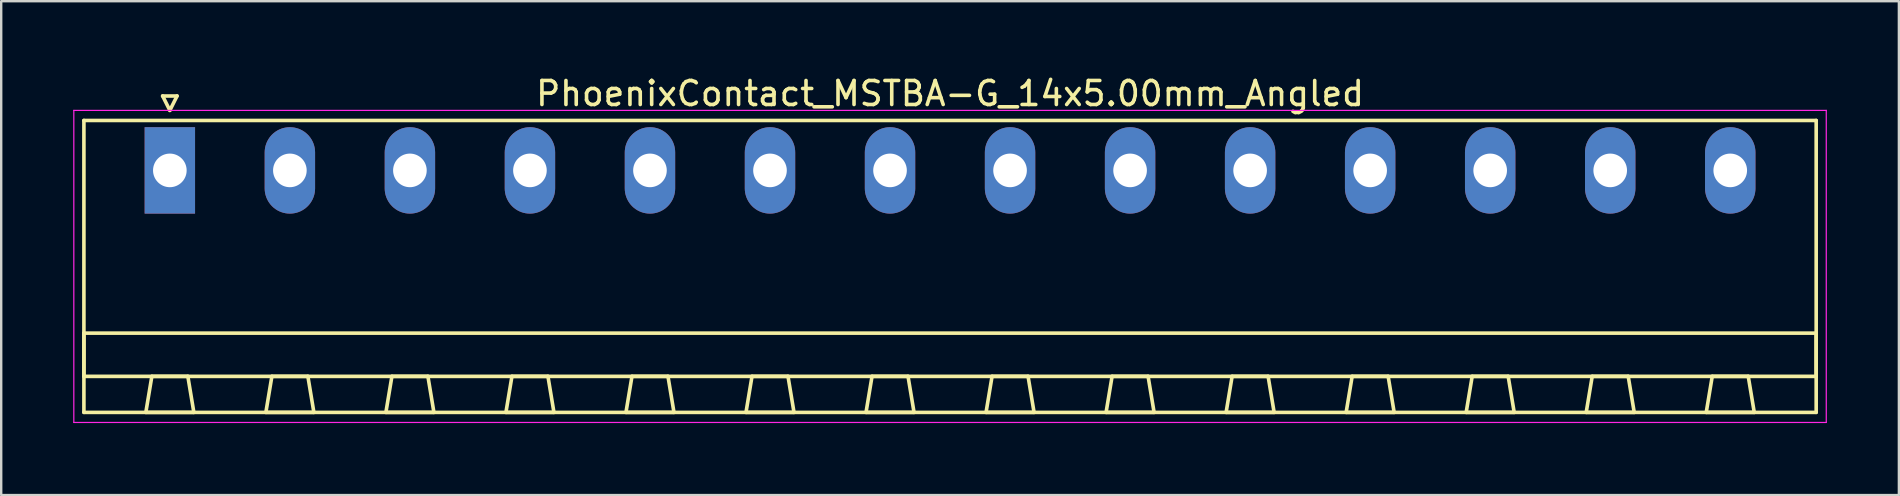
<source format=kicad_pcb>
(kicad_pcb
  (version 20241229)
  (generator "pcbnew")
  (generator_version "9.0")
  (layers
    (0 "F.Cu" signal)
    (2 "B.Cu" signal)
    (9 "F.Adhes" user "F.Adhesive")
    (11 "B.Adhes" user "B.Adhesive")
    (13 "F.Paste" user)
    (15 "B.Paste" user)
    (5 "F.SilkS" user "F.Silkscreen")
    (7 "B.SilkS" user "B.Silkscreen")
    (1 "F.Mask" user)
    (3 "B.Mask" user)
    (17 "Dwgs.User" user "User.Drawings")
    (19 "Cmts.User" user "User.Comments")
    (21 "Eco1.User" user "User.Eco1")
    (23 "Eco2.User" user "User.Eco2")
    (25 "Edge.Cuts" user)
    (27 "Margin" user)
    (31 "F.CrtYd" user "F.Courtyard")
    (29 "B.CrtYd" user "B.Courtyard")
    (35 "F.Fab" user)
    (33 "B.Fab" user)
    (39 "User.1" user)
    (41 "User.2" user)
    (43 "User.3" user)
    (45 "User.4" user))
  (footprint "PhoenixContact_MSTBA-G_14x5.00mm_Angled"
    (layer "F.Cu")
    (at 4.025 4.048)
    (property "Reference" "PhoenixContact_MSTBA-G_14x5.00mm_Angled" (at 32.5 -3.2 0) (layer "F.SilkS") (effects (font (size 1 1) (thickness 0.15))))
    (attr through_hole)
    (fp_line (start -3.58 -2.08) (end -3.58 10.08) (stroke (width 0.15) (type solid)) (layer "F.SilkS"))
    (fp_line (start -3.58 6.78) (end 68.58 6.78) (stroke (width 0.15) (type solid)) (layer "F.SilkS"))
    (fp_line (start -3.58 8.58) (end -3.58 6.78) (stroke (width 0.15) (type solid)) (layer "F.SilkS"))
    (fp_line (start -3.58 10.08) (end 68.58 10.08) (stroke (width 0.15) (type solid)) (layer "F.SilkS"))
    (fp_line (start -1 10.08) (end 1 10.08) (stroke (width 0.15) (type solid)) (layer "F.SilkS"))
    (fp_line (start -0.75 8.58) (end -1 10.08) (stroke (width 0.15) (type solid)) (layer "F.SilkS"))
    (fp_line (start -0.3 -3.1) (end 0 -2.5) (stroke (width 0.15) (type solid)) (layer "F.SilkS"))
    (fp_line (start 0 -2.5) (end 0.3 -3.1) (stroke (width 0.15) (type solid)) (layer "F.SilkS"))
    (fp_line (start 0.3 -3.1) (end -0.3 -3.1) (stroke (width 0.15) (type solid)) (layer "F.SilkS"))
    (fp_line (start 0.75 8.58) (end -0.75 8.58) (stroke (width 0.15) (type solid)) (layer "F.SilkS"))
    (fp_line (start 1 10.08) (end 0.75 8.58) (stroke (width 0.15) (type solid)) (layer "F.SilkS"))
    (fp_line (start 4 10.08) (end 6 10.08) (stroke (width 0.15) (type solid)) (layer "F.SilkS"))
    (fp_line (start 4.25 8.58) (end 4 10.08) (stroke (width 0.15) (type solid)) (layer "F.SilkS"))
    (fp_line (start 5.75 8.58) (end 4.25 8.58) (stroke (width 0.15) (type solid)) (layer "F.SilkS"))
    (fp_line (start 6 10.08) (end 5.75 8.58) (stroke (width 0.15) (type solid)) (layer "F.SilkS"))
    (fp_line (start 9 10.08) (end 11 10.08) (stroke (width 0.15) (type solid)) (layer "F.SilkS"))
    (fp_line (start 9.25 8.58) (end 9 10.08) (stroke (width 0.15) (type solid)) (layer "F.SilkS"))
    (fp_line (start 10.75 8.58) (end 9.25 8.58) (stroke (width 0.15) (type solid)) (layer "F.SilkS"))
    (fp_line (start 11 10.08) (end 10.75 8.58) (stroke (width 0.15) (type solid)) (layer "F.SilkS"))
    (fp_line (start 14 10.08) (end 16 10.08) (stroke (width 0.15) (type solid)) (layer "F.SilkS"))
    (fp_line (start 14.25 8.58) (end 14 10.08) (stroke (width 0.15) (type solid)) (layer "F.SilkS"))
    (fp_line (start 15.75 8.58) (end 14.25 8.58) (stroke (width 0.15) (type solid)) (layer "F.SilkS"))
    (fp_line (start 16 10.08) (end 15.75 8.58) (stroke (width 0.15) (type solid)) (layer "F.SilkS"))
    (fp_line (start 19 10.08) (end 21 10.08) (stroke (width 0.15) (type solid)) (layer "F.SilkS"))
    (fp_line (start 19.25 8.58) (end 19 10.08) (stroke (width 0.15) (type solid)) (layer "F.SilkS"))
    (fp_line (start 20.75 8.58) (end 19.25 8.58) (stroke (width 0.15) (type solid)) (layer "F.SilkS"))
    (fp_line (start 21 10.08) (end 20.75 8.58) (stroke (width 0.15) (type solid)) (layer "F.SilkS"))
    (fp_line (start 24 10.08) (end 26 10.08) (stroke (width 0.15) (type solid)) (layer "F.SilkS"))
    (fp_line (start 24.25 8.58) (end 24 10.08) (stroke (width 0.15) (type solid)) (layer "F.SilkS"))
    (fp_line (start 25.75 8.58) (end 24.25 8.58) (stroke (width 0.15) (type solid)) (layer "F.SilkS"))
    (fp_line (start 26 10.08) (end 25.75 8.58) (stroke (width 0.15) (type solid)) (layer "F.SilkS"))
    (fp_line (start 29 10.08) (end 31 10.08) (stroke (width 0.15) (type solid)) (layer "F.SilkS"))
    (fp_line (start 29.25 8.58) (end 29 10.08) (stroke (width 0.15) (type solid)) (layer "F.SilkS"))
    (fp_line (start 30.75 8.58) (end 29.25 8.58) (stroke (width 0.15) (type solid)) (layer "F.SilkS"))
    (fp_line (start 31 10.08) (end 30.75 8.58) (stroke (width 0.15) (type solid)) (layer "F.SilkS"))
    (fp_line (start 34 10.08) (end 36 10.08) (stroke (width 0.15) (type solid)) (layer "F.SilkS"))
    (fp_line (start 34.25 8.58) (end 34 10.08) (stroke (width 0.15) (type solid)) (layer "F.SilkS"))
    (fp_line (start 35.75 8.58) (end 34.25 8.58) (stroke (width 0.15) (type solid)) (layer "F.SilkS"))
    (fp_line (start 36 10.08) (end 35.75 8.58) (stroke (width 0.15) (type solid)) (layer "F.SilkS"))
    (fp_line (start 39 10.08) (end 41 10.08) (stroke (width 0.15) (type solid)) (layer "F.SilkS"))
    (fp_line (start 39.25 8.58) (end 39 10.08) (stroke (width 0.15) (type solid)) (layer "F.SilkS"))
    (fp_line (start 40.75 8.58) (end 39.25 8.58) (stroke (width 0.15) (type solid)) (layer "F.SilkS"))
    (fp_line (start 41 10.08) (end 40.75 8.58) (stroke (width 0.15) (type solid)) (layer "F.SilkS"))
    (fp_line (start 44 10.08) (end 46 10.08) (stroke (width 0.15) (type solid)) (layer "F.SilkS"))
    (fp_line (start 44.25 8.58) (end 44 10.08) (stroke (width 0.15) (type solid)) (layer "F.SilkS"))
    (fp_line (start 45.75 8.58) (end 44.25 8.58) (stroke (width 0.15) (type solid)) (layer "F.SilkS"))
    (fp_line (start 46 10.08) (end 45.75 8.58) (stroke (width 0.15) (type solid)) (layer "F.SilkS"))
    (fp_line (start 49 10.08) (end 51 10.08) (stroke (width 0.15) (type solid)) (layer "F.SilkS"))
    (fp_line (start 49.25 8.58) (end 49 10.08) (stroke (width 0.15) (type solid)) (layer "F.SilkS"))
    (fp_line (start 50.75 8.58) (end 49.25 8.58) (stroke (width 0.15) (type solid)) (layer "F.SilkS"))
    (fp_line (start 51 10.08) (end 50.75 8.58) (stroke (width 0.15) (type solid)) (layer "F.SilkS"))
    (fp_line (start 54 10.08) (end 56 10.08) (stroke (width 0.15) (type solid)) (layer "F.SilkS"))
    (fp_line (start 54.25 8.58) (end 54 10.08) (stroke (width 0.15) (type solid)) (layer "F.SilkS"))
    (fp_line (start 55.75 8.58) (end 54.25 8.58) (stroke (width 0.15) (type solid)) (layer "F.SilkS"))
    (fp_line (start 56 10.08) (end 55.75 8.58) (stroke (width 0.15) (type solid)) (layer "F.SilkS"))
    (fp_line (start 59 10.08) (end 61 10.08) (stroke (width 0.15) (type solid)) (layer "F.SilkS"))
    (fp_line (start 59.25 8.58) (end 59 10.08) (stroke (width 0.15) (type solid)) (layer "F.SilkS"))
    (fp_line (start 60.75 8.58) (end 59.25 8.58) (stroke (width 0.15) (type solid)) (layer "F.SilkS"))
    (fp_line (start 61 10.08) (end 60.75 8.58) (stroke (width 0.15) (type solid)) (layer "F.SilkS"))
    (fp_line (start 64 10.08) (end 66 10.08) (stroke (width 0.15) (type solid)) (layer "F.SilkS"))
    (fp_line (start 64.25 8.58) (end 64 10.08) (stroke (width 0.15) (type solid)) (layer "F.SilkS"))
    (fp_line (start 65.75 8.58) (end 64.25 8.58) (stroke (width 0.15) (type solid)) (layer "F.SilkS"))
    (fp_line (start 66 10.08) (end 65.75 8.58) (stroke (width 0.15) (type solid)) (layer "F.SilkS"))
    (fp_line (start 68.58 -2.08) (end -3.58 -2.08) (stroke (width 0.15) (type solid)) (layer "F.SilkS"))
    (fp_line (start 68.58 6.78) (end 68.58 8.58) (stroke (width 0.15) (type solid)) (layer "F.SilkS"))
    (fp_line (start 68.58 8.58) (end -3.58 8.58) (stroke (width 0.15) (type solid)) (layer "F.SilkS"))
    (fp_line (start 68.58 10.08) (end 68.58 -2.08) (stroke (width 0.15) (type solid)) (layer "F.SilkS"))
    (fp_line (start -4 -2.5) (end -4 10.5) (stroke (width 0.05) (type solid)) (layer "F.CrtYd"))
    (fp_line (start -4 10.5) (end 69 10.5) (stroke (width 0.05) (type solid)) (layer "F.CrtYd"))
    (fp_line (start 69 -2.5) (end -4 -2.5) (stroke (width 0.05) (type solid)) (layer "F.CrtYd"))
    (fp_line (start 69 10.5) (end 69 -2.5) (stroke (width 0.05) (type solid)) (layer "F.CrtYd"))
    (pad "1" thru_hole rect (at 0 0) (size 2.1 3.6) (drill 1.4) (layers "*.Cu" "*.Mask"))
    (pad "2" thru_hole oval (at 5 0) (size 2.1 3.6) (drill 1.4) (layers "*.Cu" "*.Mask"))
    (pad "3" thru_hole oval (at 10 0) (size 2.1 3.6) (drill 1.4) (layers "*.Cu" "*.Mask"))
    (pad "4" thru_hole oval (at 15 0) (size 2.1 3.6) (drill 1.4) (layers "*.Cu" "*.Mask"))
    (pad "5" thru_hole oval (at 20 0) (size 2.1 3.6) (drill 1.4) (layers "*.Cu" "*.Mask"))
    (pad "6" thru_hole oval (at 25 0) (size 2.1 3.6) (drill 1.4) (layers "*.Cu" "*.Mask"))
    (pad "7" thru_hole oval (at 30 0) (size 2.1 3.6) (drill 1.4) (layers "*.Cu" "*.Mask"))
    (pad "8" thru_hole oval (at 35 0) (size 2.1 3.6) (drill 1.4) (layers "*.Cu" "*.Mask"))
    (pad "9" thru_hole oval (at 40 0) (size 2.1 3.6) (drill 1.4) (layers "*.Cu" "*.Mask"))
    (pad "10" thru_hole oval (at 45 0) (size 2.1 3.6) (drill 1.4) (layers "*.Cu" "*.Mask"))
    (pad "11" thru_hole oval (at 50 0) (size 2.1 3.6) (drill 1.4) (layers "*.Cu" "*.Mask"))
    (pad "12" thru_hole oval (at 55 0) (size 2.1 3.6) (drill 1.4) (layers "*.Cu" "*.Mask"))
    (pad "13" thru_hole oval (at 60 0) (size 2.1 3.6) (drill 1.4) (layers "*.Cu" "*.Mask"))
    (pad "14" thru_hole oval (at 65 0) (size 2.1 3.6) (drill 1.4) (layers "*.Cu" "*.Mask")))
  (gr_rect
    (start -3 -3)
    (end 76.05 17.573)
    (stroke (width 0.1) (type default))
    (fill no)
    (layer "Edge.Cuts")))
</source>
